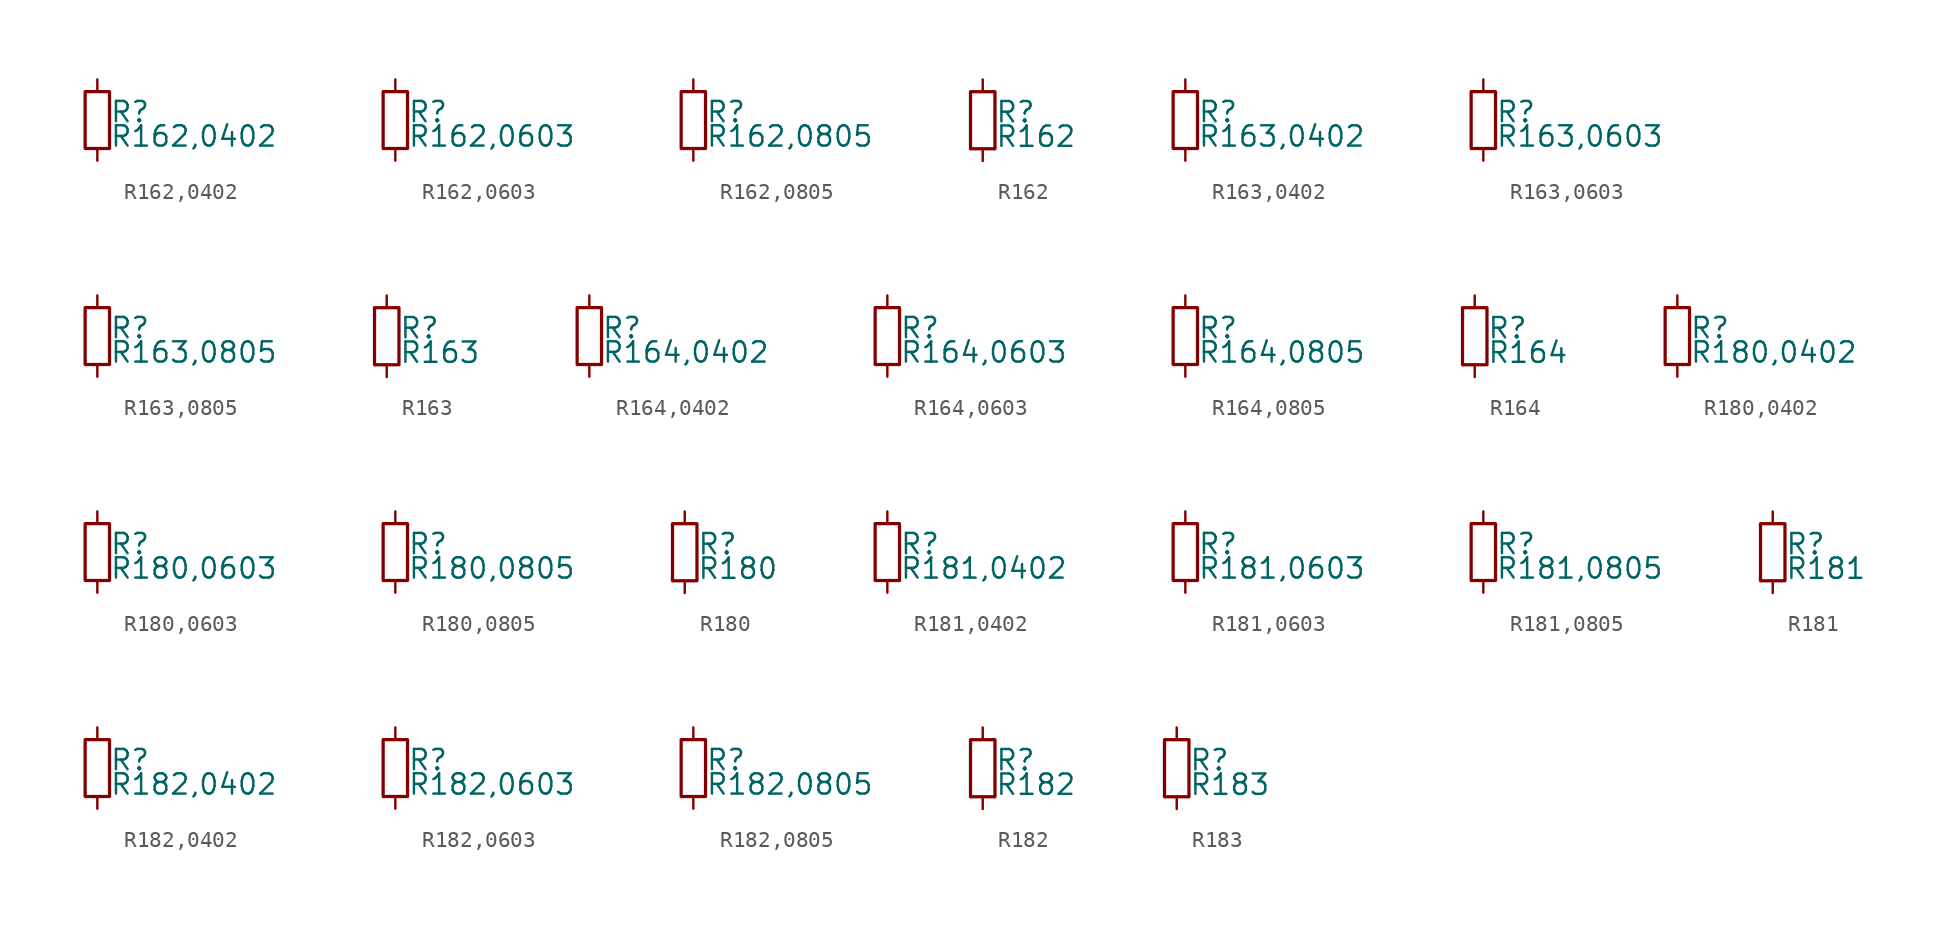
<source format=kicad_sym>
(kicad_symbol_lib
  (version 20211014)
  (generator kicad_symbol_editor)
  (symbol "R162,0402"
    (pin_numbers hide)
    (pin_names
      (offset 0.254) hide)
    (property "Reference" "R"
      (at 0.762 0.508 0)
      (effects (font (size 1.27 1.27)) (justify left)))
    (property "Value" "R162,0402"
      (at 0.762 -1.016 0)
      (effects (font (size 1.27 1.27)) (justify left)))
    (symbol "R162,0402_0_1"
      (rectangle (start -0.762 1.778) (end 0.762 -1.778) (stroke (width 0.203) (type default) (color 0 0 0 0)) (fill (type none))))
    (symbol "R162,0402_1_1"
      (pin passive line (at 0 2.54 270) (length 0.762) (name "~" (effects (font (size 1.27 1.27)))) (number "1" (effects (font (size 1.27 1.27)))))
      (pin passive line (at 0 -2.54 90) (length 0.762) (name "~" (effects (font (size 1.27 1.27)))) (number "2" (effects (font (size 1.27 1.27)))))))
  (symbol "R162,0603"
    (pin_numbers hide)
    (pin_names
      (offset 0.254) hide)
    (property "Reference" "R"
      (at 0.762 0.508 0)
      (effects (font (size 1.27 1.27)) (justify left)))
    (property "Value" "R162,0603"
      (at 0.762 -1.016 0)
      (effects (font (size 1.27 1.27)) (justify left)))
    (symbol "R162,0603_0_1"
      (rectangle (start -0.762 1.778) (end 0.762 -1.778) (stroke (width 0.203) (type default) (color 0 0 0 0)) (fill (type none))))
    (symbol "R162,0603_1_1"
      (pin passive line (at 0 2.54 270) (length 0.762) (name "~" (effects (font (size 1.27 1.27)))) (number "1" (effects (font (size 1.27 1.27)))))
      (pin passive line (at 0 -2.54 90) (length 0.762) (name "~" (effects (font (size 1.27 1.27)))) (number "2" (effects (font (size 1.27 1.27)))))))
  (symbol "R162,0805"
    (pin_numbers hide)
    (pin_names
      (offset 0.254) hide)
    (property "Reference" "R"
      (at 0.762 0.508 0)
      (effects (font (size 1.27 1.27)) (justify left)))
    (property "Value" "R162,0805"
      (at 0.762 -1.016 0)
      (effects (font (size 1.27 1.27)) (justify left)))
    (symbol "R162,0805_0_1"
      (rectangle (start -0.762 1.778) (end 0.762 -1.778) (stroke (width 0.203) (type default) (color 0 0 0 0)) (fill (type none))))
    (symbol "R162,0805_1_1"
      (pin passive line (at 0 2.54 270) (length 0.762) (name "~" (effects (font (size 1.27 1.27)))) (number "1" (effects (font (size 1.27 1.27)))))
      (pin passive line (at 0 -2.54 90) (length 0.762) (name "~" (effects (font (size 1.27 1.27)))) (number "2" (effects (font (size 1.27 1.27)))))))
  (symbol "R162"
    (pin_numbers hide)
    (pin_names
      (offset 0.254) hide)
    (property "Reference" "R"
      (at 0.762 0.508 0)
      (effects (font (size 1.27 1.27)) (justify left)))
    (property "Value" "R162"
      (at 0.762 -1.016 0)
      (effects (font (size 1.27 1.27)) (justify left)))
    (symbol "R162_0_1"
      (rectangle (start -0.762 1.778) (end 0.762 -1.778) (stroke (width 0.203) (type default) (color 0 0 0 0)) (fill (type none))))
    (symbol "R162_1_1"
      (pin passive line (at 0 2.54 270) (length 0.762) (name "~" (effects (font (size 1.27 1.27)))) (number "1" (effects (font (size 1.27 1.27)))))
      (pin passive line (at 0 -2.54 90) (length 0.762) (name "~" (effects (font (size 1.27 1.27)))) (number "2" (effects (font (size 1.27 1.27)))))))
  (symbol "R163,0402"
    (pin_numbers hide)
    (pin_names
      (offset 0.254) hide)
    (property "Reference" "R"
      (at 0.762 0.508 0)
      (effects (font (size 1.27 1.27)) (justify left)))
    (property "Value" "R163,0402"
      (at 0.762 -1.016 0)
      (effects (font (size 1.27 1.27)) (justify left)))
    (symbol "R163,0402_0_1"
      (rectangle (start -0.762 1.778) (end 0.762 -1.778) (stroke (width 0.203) (type default) (color 0 0 0 0)) (fill (type none))))
    (symbol "R163,0402_1_1"
      (pin passive line (at 0 2.54 270) (length 0.762) (name "~" (effects (font (size 1.27 1.27)))) (number "1" (effects (font (size 1.27 1.27)))))
      (pin passive line (at 0 -2.54 90) (length 0.762) (name "~" (effects (font (size 1.27 1.27)))) (number "2" (effects (font (size 1.27 1.27)))))))
  (symbol "R163,0603"
    (pin_numbers hide)
    (pin_names
      (offset 0.254) hide)
    (property "Reference" "R"
      (at 0.762 0.508 0)
      (effects (font (size 1.27 1.27)) (justify left)))
    (property "Value" "R163,0603"
      (at 0.762 -1.016 0)
      (effects (font (size 1.27 1.27)) (justify left)))
    (symbol "R163,0603_0_1"
      (rectangle (start -0.762 1.778) (end 0.762 -1.778) (stroke (width 0.203) (type default) (color 0 0 0 0)) (fill (type none))))
    (symbol "R163,0603_1_1"
      (pin passive line (at 0 2.54 270) (length 0.762) (name "~" (effects (font (size 1.27 1.27)))) (number "1" (effects (font (size 1.27 1.27)))))
      (pin passive line (at 0 -2.54 90) (length 0.762) (name "~" (effects (font (size 1.27 1.27)))) (number "2" (effects (font (size 1.27 1.27)))))))
  (symbol "R163,0805"
    (pin_numbers hide)
    (pin_names
      (offset 0.254) hide)
    (property "Reference" "R"
      (at 0.762 0.508 0)
      (effects (font (size 1.27 1.27)) (justify left)))
    (property "Value" "R163,0805"
      (at 0.762 -1.016 0)
      (effects (font (size 1.27 1.27)) (justify left)))
    (symbol "R163,0805_0_1"
      (rectangle (start -0.762 1.778) (end 0.762 -1.778) (stroke (width 0.203) (type default) (color 0 0 0 0)) (fill (type none))))
    (symbol "R163,0805_1_1"
      (pin passive line (at 0 2.54 270) (length 0.762) (name "~" (effects (font (size 1.27 1.27)))) (number "1" (effects (font (size 1.27 1.27)))))
      (pin passive line (at 0 -2.54 90) (length 0.762) (name "~" (effects (font (size 1.27 1.27)))) (number "2" (effects (font (size 1.27 1.27)))))))
  (symbol "R163"
    (pin_numbers hide)
    (pin_names
      (offset 0.254) hide)
    (property "Reference" "R"
      (at 0.762 0.508 0)
      (effects (font (size 1.27 1.27)) (justify left)))
    (property "Value" "R163"
      (at 0.762 -1.016 0)
      (effects (font (size 1.27 1.27)) (justify left)))
    (symbol "R163_0_1"
      (rectangle (start -0.762 1.778) (end 0.762 -1.778) (stroke (width 0.203) (type default) (color 0 0 0 0)) (fill (type none))))
    (symbol "R163_1_1"
      (pin passive line (at 0 2.54 270) (length 0.762) (name "~" (effects (font (size 1.27 1.27)))) (number "1" (effects (font (size 1.27 1.27)))))
      (pin passive line (at 0 -2.54 90) (length 0.762) (name "~" (effects (font (size 1.27 1.27)))) (number "2" (effects (font (size 1.27 1.27)))))))
  (symbol "R164,0402"
    (pin_numbers hide)
    (pin_names
      (offset 0.254) hide)
    (property "Reference" "R"
      (at 0.762 0.508 0)
      (effects (font (size 1.27 1.27)) (justify left)))
    (property "Value" "R164,0402"
      (at 0.762 -1.016 0)
      (effects (font (size 1.27 1.27)) (justify left)))
    (symbol "R164,0402_0_1"
      (rectangle (start -0.762 1.778) (end 0.762 -1.778) (stroke (width 0.203) (type default) (color 0 0 0 0)) (fill (type none))))
    (symbol "R164,0402_1_1"
      (pin passive line (at 0 2.54 270) (length 0.762) (name "~" (effects (font (size 1.27 1.27)))) (number "1" (effects (font (size 1.27 1.27)))))
      (pin passive line (at 0 -2.54 90) (length 0.762) (name "~" (effects (font (size 1.27 1.27)))) (number "2" (effects (font (size 1.27 1.27)))))))
  (symbol "R164,0603"
    (pin_numbers hide)
    (pin_names
      (offset 0.254) hide)
    (property "Reference" "R"
      (at 0.762 0.508 0)
      (effects (font (size 1.27 1.27)) (justify left)))
    (property "Value" "R164,0603"
      (at 0.762 -1.016 0)
      (effects (font (size 1.27 1.27)) (justify left)))
    (symbol "R164,0603_0_1"
      (rectangle (start -0.762 1.778) (end 0.762 -1.778) (stroke (width 0.203) (type default) (color 0 0 0 0)) (fill (type none))))
    (symbol "R164,0603_1_1"
      (pin passive line (at 0 2.54 270) (length 0.762) (name "~" (effects (font (size 1.27 1.27)))) (number "1" (effects (font (size 1.27 1.27)))))
      (pin passive line (at 0 -2.54 90) (length 0.762) (name "~" (effects (font (size 1.27 1.27)))) (number "2" (effects (font (size 1.27 1.27)))))))
  (symbol "R164,0805"
    (pin_numbers hide)
    (pin_names
      (offset 0.254) hide)
    (property "Reference" "R"
      (at 0.762 0.508 0)
      (effects (font (size 1.27 1.27)) (justify left)))
    (property "Value" "R164,0805"
      (at 0.762 -1.016 0)
      (effects (font (size 1.27 1.27)) (justify left)))
    (symbol "R164,0805_0_1"
      (rectangle (start -0.762 1.778) (end 0.762 -1.778) (stroke (width 0.203) (type default) (color 0 0 0 0)) (fill (type none))))
    (symbol "R164,0805_1_1"
      (pin passive line (at 0 2.54 270) (length 0.762) (name "~" (effects (font (size 1.27 1.27)))) (number "1" (effects (font (size 1.27 1.27)))))
      (pin passive line (at 0 -2.54 90) (length 0.762) (name "~" (effects (font (size 1.27 1.27)))) (number "2" (effects (font (size 1.27 1.27)))))))
  (symbol "R164"
    (pin_numbers hide)
    (pin_names
      (offset 0.254) hide)
    (property "Reference" "R"
      (at 0.762 0.508 0)
      (effects (font (size 1.27 1.27)) (justify left)))
    (property "Value" "R164"
      (at 0.762 -1.016 0)
      (effects (font (size 1.27 1.27)) (justify left)))
    (symbol "R164_0_1"
      (rectangle (start -0.762 1.778) (end 0.762 -1.778) (stroke (width 0.203) (type default) (color 0 0 0 0)) (fill (type none))))
    (symbol "R164_1_1"
      (pin passive line (at 0 2.54 270) (length 0.762) (name "~" (effects (font (size 1.27 1.27)))) (number "1" (effects (font (size 1.27 1.27)))))
      (pin passive line (at 0 -2.54 90) (length 0.762) (name "~" (effects (font (size 1.27 1.27)))) (number "2" (effects (font (size 1.27 1.27)))))))
  (symbol "R180,0402"
    (pin_numbers hide)
    (pin_names
      (offset 0.254) hide)
    (property "Reference" "R"
      (at 0.762 0.508 0)
      (effects (font (size 1.27 1.27)) (justify left)))
    (property "Value" "R180,0402"
      (at 0.762 -1.016 0)
      (effects (font (size 1.27 1.27)) (justify left)))
    (symbol "R180,0402_0_1"
      (rectangle (start -0.762 1.778) (end 0.762 -1.778) (stroke (width 0.203) (type default) (color 0 0 0 0)) (fill (type none))))
    (symbol "R180,0402_1_1"
      (pin passive line (at 0 2.54 270) (length 0.762) (name "~" (effects (font (size 1.27 1.27)))) (number "1" (effects (font (size 1.27 1.27)))))
      (pin passive line (at 0 -2.54 90) (length 0.762) (name "~" (effects (font (size 1.27 1.27)))) (number "2" (effects (font (size 1.27 1.27)))))))
  (symbol "R180,0603"
    (pin_numbers hide)
    (pin_names
      (offset 0.254) hide)
    (property "Reference" "R"
      (at 0.762 0.508 0)
      (effects (font (size 1.27 1.27)) (justify left)))
    (property "Value" "R180,0603"
      (at 0.762 -1.016 0)
      (effects (font (size 1.27 1.27)) (justify left)))
    (symbol "R180,0603_0_1"
      (rectangle (start -0.762 1.778) (end 0.762 -1.778) (stroke (width 0.203) (type default) (color 0 0 0 0)) (fill (type none))))
    (symbol "R180,0603_1_1"
      (pin passive line (at 0 2.54 270) (length 0.762) (name "~" (effects (font (size 1.27 1.27)))) (number "1" (effects (font (size 1.27 1.27)))))
      (pin passive line (at 0 -2.54 90) (length 0.762) (name "~" (effects (font (size 1.27 1.27)))) (number "2" (effects (font (size 1.27 1.27)))))))
  (symbol "R180,0805"
    (pin_numbers hide)
    (pin_names
      (offset 0.254) hide)
    (property "Reference" "R"
      (at 0.762 0.508 0)
      (effects (font (size 1.27 1.27)) (justify left)))
    (property "Value" "R180,0805"
      (at 0.762 -1.016 0)
      (effects (font (size 1.27 1.27)) (justify left)))
    (symbol "R180,0805_0_1"
      (rectangle (start -0.762 1.778) (end 0.762 -1.778) (stroke (width 0.203) (type default) (color 0 0 0 0)) (fill (type none))))
    (symbol "R180,0805_1_1"
      (pin passive line (at 0 2.54 270) (length 0.762) (name "~" (effects (font (size 1.27 1.27)))) (number "1" (effects (font (size 1.27 1.27)))))
      (pin passive line (at 0 -2.54 90) (length 0.762) (name "~" (effects (font (size 1.27 1.27)))) (number "2" (effects (font (size 1.27 1.27)))))))
  (symbol "R180"
    (pin_numbers hide)
    (pin_names
      (offset 0.254) hide)
    (property "Reference" "R"
      (at 0.762 0.508 0)
      (effects (font (size 1.27 1.27)) (justify left)))
    (property "Value" "R180"
      (at 0.762 -1.016 0)
      (effects (font (size 1.27 1.27)) (justify left)))
    (symbol "R180_0_1"
      (rectangle (start -0.762 1.778) (end 0.762 -1.778) (stroke (width 0.203) (type default) (color 0 0 0 0)) (fill (type none))))
    (symbol "R180_1_1"
      (pin passive line (at 0 2.54 270) (length 0.762) (name "~" (effects (font (size 1.27 1.27)))) (number "1" (effects (font (size 1.27 1.27)))))
      (pin passive line (at 0 -2.54 90) (length 0.762) (name "~" (effects (font (size 1.27 1.27)))) (number "2" (effects (font (size 1.27 1.27)))))))
  (symbol "R181,0402"
    (pin_numbers hide)
    (pin_names
      (offset 0.254) hide)
    (property "Reference" "R"
      (at 0.762 0.508 0)
      (effects (font (size 1.27 1.27)) (justify left)))
    (property "Value" "R181,0402"
      (at 0.762 -1.016 0)
      (effects (font (size 1.27 1.27)) (justify left)))
    (symbol "R181,0402_0_1"
      (rectangle (start -0.762 1.778) (end 0.762 -1.778) (stroke (width 0.203) (type default) (color 0 0 0 0)) (fill (type none))))
    (symbol "R181,0402_1_1"
      (pin passive line (at 0 2.54 270) (length 0.762) (name "~" (effects (font (size 1.27 1.27)))) (number "1" (effects (font (size 1.27 1.27)))))
      (pin passive line (at 0 -2.54 90) (length 0.762) (name "~" (effects (font (size 1.27 1.27)))) (number "2" (effects (font (size 1.27 1.27)))))))
  (symbol "R181,0603"
    (pin_numbers hide)
    (pin_names
      (offset 0.254) hide)
    (property "Reference" "R"
      (at 0.762 0.508 0)
      (effects (font (size 1.27 1.27)) (justify left)))
    (property "Value" "R181,0603"
      (at 0.762 -1.016 0)
      (effects (font (size 1.27 1.27)) (justify left)))
    (symbol "R181,0603_0_1"
      (rectangle (start -0.762 1.778) (end 0.762 -1.778) (stroke (width 0.203) (type default) (color 0 0 0 0)) (fill (type none))))
    (symbol "R181,0603_1_1"
      (pin passive line (at 0 2.54 270) (length 0.762) (name "~" (effects (font (size 1.27 1.27)))) (number "1" (effects (font (size 1.27 1.27)))))
      (pin passive line (at 0 -2.54 90) (length 0.762) (name "~" (effects (font (size 1.27 1.27)))) (number "2" (effects (font (size 1.27 1.27)))))))
  (symbol "R181,0805"
    (pin_numbers hide)
    (pin_names
      (offset 0.254) hide)
    (property "Reference" "R"
      (at 0.762 0.508 0)
      (effects (font (size 1.27 1.27)) (justify left)))
    (property "Value" "R181,0805"
      (at 0.762 -1.016 0)
      (effects (font (size 1.27 1.27)) (justify left)))
    (symbol "R181,0805_0_1"
      (rectangle (start -0.762 1.778) (end 0.762 -1.778) (stroke (width 0.203) (type default) (color 0 0 0 0)) (fill (type none))))
    (symbol "R181,0805_1_1"
      (pin passive line (at 0 2.54 270) (length 0.762) (name "~" (effects (font (size 1.27 1.27)))) (number "1" (effects (font (size 1.27 1.27)))))
      (pin passive line (at 0 -2.54 90) (length 0.762) (name "~" (effects (font (size 1.27 1.27)))) (number "2" (effects (font (size 1.27 1.27)))))))
  (symbol "R181"
    (pin_numbers hide)
    (pin_names
      (offset 0.254) hide)
    (property "Reference" "R"
      (at 0.762 0.508 0)
      (effects (font (size 1.27 1.27)) (justify left)))
    (property "Value" "R181"
      (at 0.762 -1.016 0)
      (effects (font (size 1.27 1.27)) (justify left)))
    (symbol "R181_0_1"
      (rectangle (start -0.762 1.778) (end 0.762 -1.778) (stroke (width 0.203) (type default) (color 0 0 0 0)) (fill (type none))))
    (symbol "R181_1_1"
      (pin passive line (at 0 2.54 270) (length 0.762) (name "~" (effects (font (size 1.27 1.27)))) (number "1" (effects (font (size 1.27 1.27)))))
      (pin passive line (at 0 -2.54 90) (length 0.762) (name "~" (effects (font (size 1.27 1.27)))) (number "2" (effects (font (size 1.27 1.27)))))))
  (symbol "R182,0402"
    (pin_numbers hide)
    (pin_names
      (offset 0.254) hide)
    (property "Reference" "R"
      (at 0.762 0.508 0)
      (effects (font (size 1.27 1.27)) (justify left)))
    (property "Value" "R182,0402"
      (at 0.762 -1.016 0)
      (effects (font (size 1.27 1.27)) (justify left)))
    (symbol "R182,0402_0_1"
      (rectangle (start -0.762 1.778) (end 0.762 -1.778) (stroke (width 0.203) (type default) (color 0 0 0 0)) (fill (type none))))
    (symbol "R182,0402_1_1"
      (pin passive line (at 0 2.54 270) (length 0.762) (name "~" (effects (font (size 1.27 1.27)))) (number "1" (effects (font (size 1.27 1.27)))))
      (pin passive line (at 0 -2.54 90) (length 0.762) (name "~" (effects (font (size 1.27 1.27)))) (number "2" (effects (font (size 1.27 1.27)))))))
  (symbol "R182,0603"
    (pin_numbers hide)
    (pin_names
      (offset 0.254) hide)
    (property "Reference" "R"
      (at 0.762 0.508 0)
      (effects (font (size 1.27 1.27)) (justify left)))
    (property "Value" "R182,0603"
      (at 0.762 -1.016 0)
      (effects (font (size 1.27 1.27)) (justify left)))
    (symbol "R182,0603_0_1"
      (rectangle (start -0.762 1.778) (end 0.762 -1.778) (stroke (width 0.203) (type default) (color 0 0 0 0)) (fill (type none))))
    (symbol "R182,0603_1_1"
      (pin passive line (at 0 2.54 270) (length 0.762) (name "~" (effects (font (size 1.27 1.27)))) (number "1" (effects (font (size 1.27 1.27)))))
      (pin passive line (at 0 -2.54 90) (length 0.762) (name "~" (effects (font (size 1.27 1.27)))) (number "2" (effects (font (size 1.27 1.27)))))))
  (symbol "R182,0805"
    (pin_numbers hide)
    (pin_names
      (offset 0.254) hide)
    (property "Reference" "R"
      (at 0.762 0.508 0)
      (effects (font (size 1.27 1.27)) (justify left)))
    (property "Value" "R182,0805"
      (at 0.762 -1.016 0)
      (effects (font (size 1.27 1.27)) (justify left)))
    (symbol "R182,0805_0_1"
      (rectangle (start -0.762 1.778) (end 0.762 -1.778) (stroke (width 0.203) (type default) (color 0 0 0 0)) (fill (type none))))
    (symbol "R182,0805_1_1"
      (pin passive line (at 0 2.54 270) (length 0.762) (name "~" (effects (font (size 1.27 1.27)))) (number "1" (effects (font (size 1.27 1.27)))))
      (pin passive line (at 0 -2.54 90) (length 0.762) (name "~" (effects (font (size 1.27 1.27)))) (number "2" (effects (font (size 1.27 1.27)))))))
  (symbol "R182"
    (pin_numbers hide)
    (pin_names
      (offset 0.254) hide)
    (property "Reference" "R"
      (at 0.762 0.508 0)
      (effects (font (size 1.27 1.27)) (justify left)))
    (property "Value" "R182"
      (at 0.762 -1.016 0)
      (effects (font (size 1.27 1.27)) (justify left)))
    (symbol "R182_0_1"
      (rectangle (start -0.762 1.778) (end 0.762 -1.778) (stroke (width 0.203) (type default) (color 0 0 0 0)) (fill (type none))))
    (symbol "R182_1_1"
      (pin passive line (at 0 2.54 270) (length 0.762) (name "~" (effects (font (size 1.27 1.27)))) (number "1" (effects (font (size 1.27 1.27)))))
      (pin passive line (at 0 -2.54 90) (length 0.762) (name "~" (effects (font (size 1.27 1.27)))) (number "2" (effects (font (size 1.27 1.27)))))))
  (symbol "R183"
    (pin_numbers hide)
    (pin_names
      (offset 0.254) hide)
    (property "Reference" "R"
      (at 0.762 0.508 0)
      (effects (font (size 1.27 1.27)) (justify left)))
    (property "Value" "R183"
      (at 0.762 -1.016 0)
      (effects (font (size 1.27 1.27)) (justify left)))
    (symbol "R183_0_1"
      (rectangle (start -0.762 1.778) (end 0.762 -1.778) (stroke (width 0.203) (type default) (color 0 0 0 0)) (fill (type none))))
    (symbol "R183_1_1"
      (pin passive line (at 0 2.54 270) (length 0.762) (name "~" (effects (font (size 1.27 1.27)))) (number "1" (effects (font (size 1.27 1.27)))))
      (pin passive line (at 0 -2.54 90) (length 0.762) (name "~" (effects (font (size 1.27 1.27)))) (number "2" (effects (font (size 1.27 1.27))))))))
</source>
